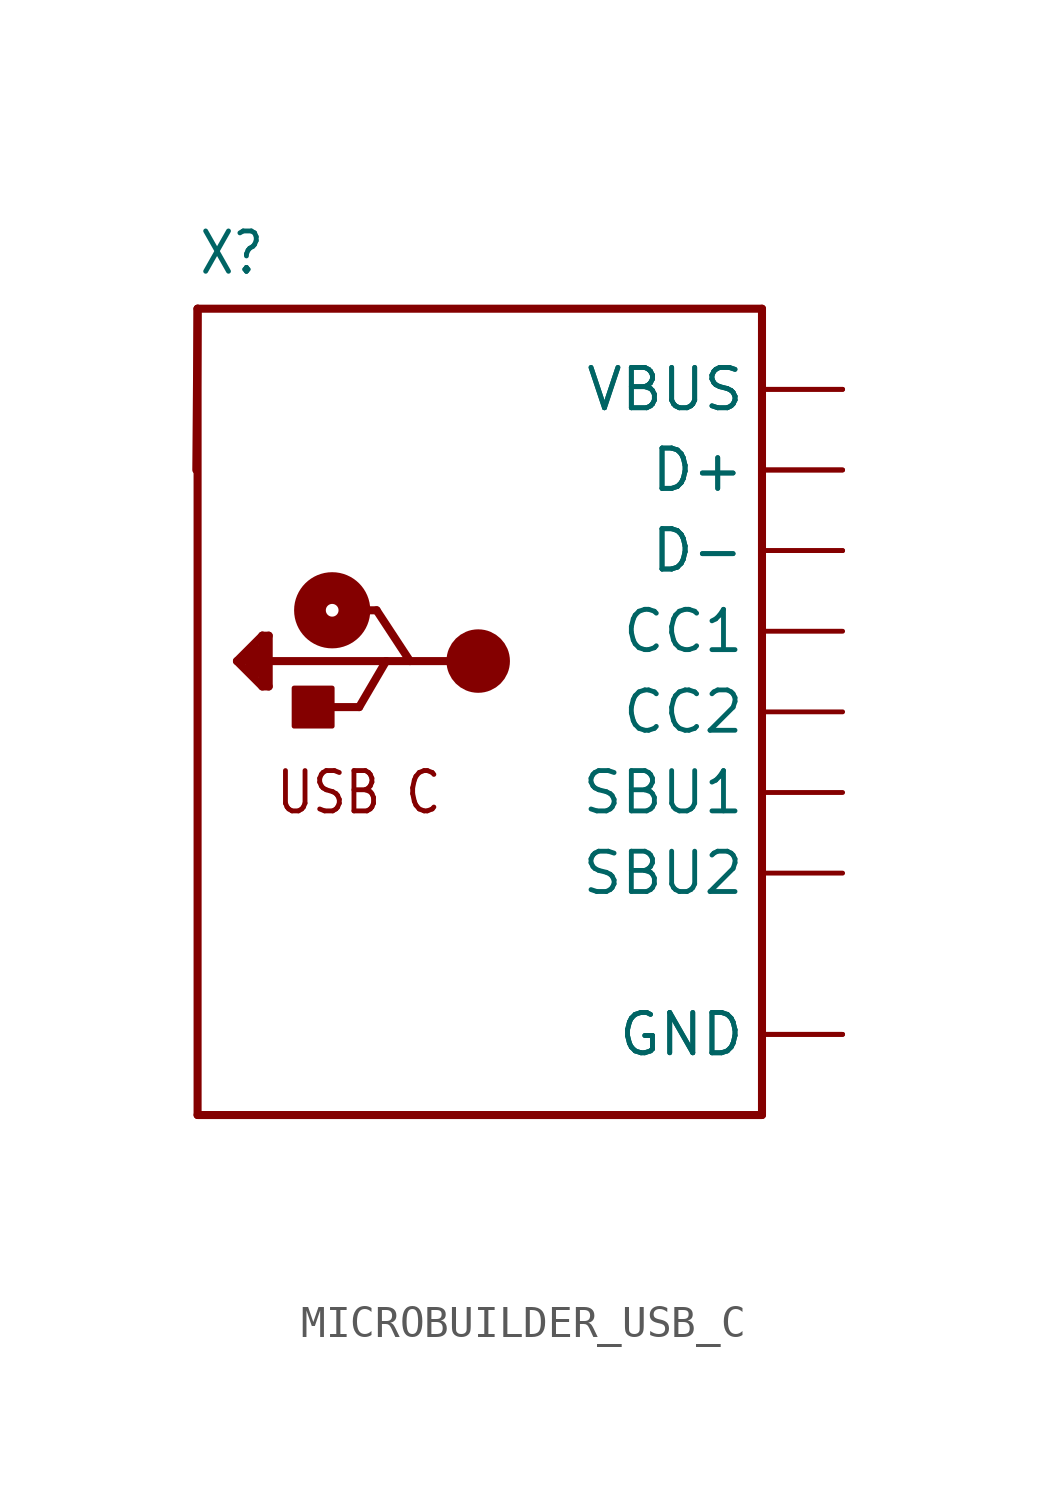
<source format=kicad_sym>
(kicad_symbol_lib
  (version 20220914)
  (generator kicad_symbol_editor)
  (symbol "MICROBUILDER_USB_C"
    (property "Reference" "X"
      (at -10.16 13.716 0)
      (effects (font (size 1.27 1.079)) (justify left bottom)))
    (property "Value" ""
      (at -10.16 -15.24 0)
      (effects (font (size 1.27 1.079)) (justify left bottom)))
    (property "ki_locked" ""
      (at 0 0 0)
      (effects (font (size 1.27 1.27))))
    (symbol "MICROBUILDER_USB_C_1_0"
      (rectangle (start -7.12 -0.45) (end -5.92 0.75) (stroke (width 0) (type default)) (fill (type outline)))
      (circle (center -5.92 3.2) (radius 0.2) (stroke (width 1) (type solid)) (fill (type none)))
      (circle (center -1.32 1.6) (radius 0.5) (stroke (width 1) (type solid)) (fill (type none)))
      (polyline (pts (xy -10.2 7.62) (xy -10.16 12.7)) (stroke (width 0.254) (type solid)) (fill (type none)))
      (polyline (pts (xy -10.16 -12.7) (xy 7.62 -12.7)) (stroke (width 0.254) (type solid)) (fill (type none)))
      (polyline (pts (xy -10.16 12.7) (xy -10.16 -12.7)) (stroke (width 0.254) (type solid)) (fill (type none)))
      (polyline (pts (xy -10.16 12.7) (xy 7.62 12.7)) (stroke (width 0.254) (type solid)) (fill (type none)))
      (polyline (pts (xy -8.92 1.6) (xy -8.12 2.4)) (stroke (width 0.254) (type solid)) (fill (type none)))
      (polyline (pts (xy -8.52 1.4) (xy -8.32 1.2)) (stroke (width 0.254) (type solid)) (fill (type none)))
      (polyline (pts (xy -8.52 1.6) (xy -8.52 1.4)) (stroke (width 0.254) (type solid)) (fill (type none)))
      (polyline (pts (xy -8.32 1.2) (xy -8.32 2)) (stroke (width 0.254) (type solid)) (fill (type none)))
      (polyline (pts (xy -8.32 2) (xy -8.72 1.6)) (stroke (width 0.254) (type solid)) (fill (type none)))
      (polyline (pts (xy -8.12 0.8) (xy -8.92 1.6)) (stroke (width 0.254) (type solid)) (fill (type none)))
      (polyline (pts (xy -8.12 1) (xy -8.12 2.4)) (stroke (width 0.254) (type solid)) (fill (type none)))
      (polyline (pts (xy -8.12 2.4) (xy -7.92 2.4)) (stroke (width 0.254) (type solid)) (fill (type none)))
      (polyline (pts (xy -7.92 0.8) (xy -8.12 0.8)) (stroke (width 0.254) (type solid)) (fill (type none)))
      (polyline (pts (xy -7.92 1.6) (xy -7.92 0.8)) (stroke (width 0.254) (type solid)) (fill (type none)))
      (polyline (pts (xy -7.92 2.4) (xy -7.92 1.6)) (stroke (width 0.254) (type solid)) (fill (type none)))
      (polyline (pts (xy -6.27 0.15) (xy -5.07 0.15)) (stroke (width 0.254) (type solid)) (fill (type none)))
      (polyline (pts (xy -5.52 3.2) (xy -4.52 3.2)) (stroke (width 0.254) (type solid)) (fill (type none)))
      (polyline (pts (xy -5.07 0.15) (xy -4.22 1.6)) (stroke (width 0.254) (type solid)) (fill (type none)))
      (polyline (pts (xy -4.52 3.2) (xy -3.47 1.6)) (stroke (width 0.254) (type solid)) (fill (type none)))
      (polyline (pts (xy -4.22 1.6) (xy -7.92 1.6)) (stroke (width 0.254) (type solid)) (fill (type none)))
      (polyline (pts (xy -3.47 1.6) (xy -4.22 1.6)) (stroke (width 0.254) (type solid)) (fill (type none)))
      (polyline (pts (xy -1.32 1.6) (xy -3.47 1.6)) (stroke (width 0.254) (type solid)) (fill (type none)))
      (polyline (pts (xy 7.62 12.7) (xy 7.62 -12.7)) (stroke (width 0.254) (type solid)) (fill (type none)))
      (text "USB C" (at -5.08 -2.54 0) (effects (font (size 1.27 1.079))))
      (pin power_in line (at 10.16 -10.16 180) (length 2.54) (name "GND" (effects (font (size 1.27 1.27)))) (number "A1B12" (effects (font (size 0 0)))))
      (pin power_in line (at 10.16 10.16 180) (length 2.54) (name "VBUS" (effects (font (size 1.27 1.27)))) (number "A4B9" (effects (font (size 0 0)))))
      (pin bidirectional line (at 10.16 2.54 180) (length 2.54) (name "CC1" (effects (font (size 1.27 1.27)))) (number "A5" (effects (font (size 0 0)))))
      (pin bidirectional line (at 10.16 7.62 180) (length 2.54) (name "D+" (effects (font (size 1.27 1.27)))) (number "A6" (effects (font (size 0 0)))))
      (pin bidirectional line (at 10.16 5.08 180) (length 2.54) (name "D-" (effects (font (size 1.27 1.27)))) (number "A7" (effects (font (size 0 0)))))
      (pin bidirectional line (at 10.16 -2.54 180) (length 2.54) (name "SBU1" (effects (font (size 1.27 1.27)))) (number "A8" (effects (font (size 0 0)))))
      (pin power_in line (at 10.16 -10.16 180) (length 2.54) (name "GND" (effects (font (size 1.27 1.27)))) (number "B1A12" (effects (font (size 0 0)))))
      (pin power_in line (at 10.16 10.16 180) (length 2.54) (name "VBUS" (effects (font (size 1.27 1.27)))) (number "B4A9" (effects (font (size 0 0)))))
      (pin bidirectional line (at 10.16 0 180) (length 2.54) (name "CC2" (effects (font (size 1.27 1.27)))) (number "B5" (effects (font (size 0 0)))))
      (pin bidirectional line (at 10.16 7.62 180) (length 2.54) (name "D+" (effects (font (size 1.27 1.27)))) (number "B6" (effects (font (size 0 0)))))
      (pin bidirectional line (at 10.16 5.08 180) (length 2.54) (name "D-" (effects (font (size 1.27 1.27)))) (number "B7" (effects (font (size 0 0)))))
      (pin bidirectional line (at 10.16 -5.08 180) (length 2.54) (name "SBU2" (effects (font (size 1.27 1.27)))) (number "B8" (effects (font (size 0 0))))))))
</source>
